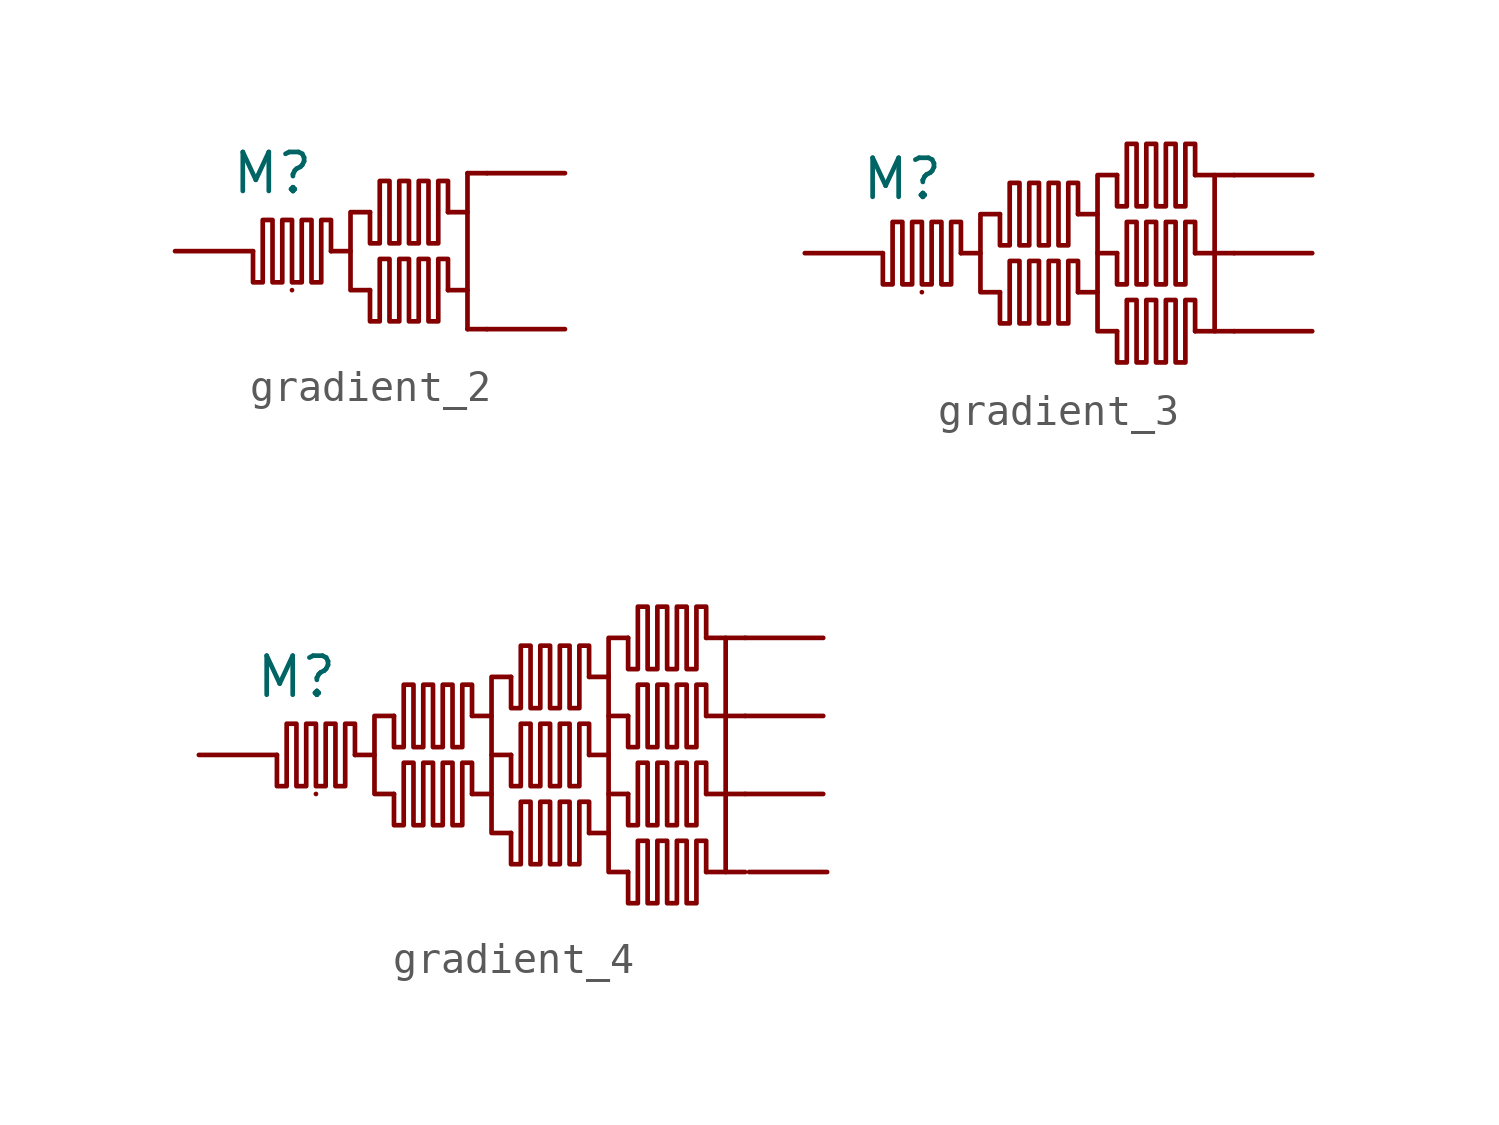
<source format=kicad_sym>
(kicad_symbol_lib
  (version 20231120)
  (generator "kicad_symbol_editor")
  (generator_version "8.0")
  (symbol "gradient_2"
    (pin_numbers hide)
    (pin_names hide)
    (property "Reference" "M"
      (at -1.905 2.54 0)
      (effects (font (size 1.27 1.27))))
    (property "Value" ""
      (at 0 0 0)
      (effects (font (size 1.27 1.27))))
    (symbol "gradient_2_0_1"
      (polyline (pts (xy -1.27 -1.27) (xy -1.27 -1.27)) (stroke (width 0) (type default)) (fill (type none)))
      (polyline (pts (xy 0.635 0) (xy 0 0)) (stroke (width 0) (type default)) (fill (type none)))
      (polyline (pts (xy 3.81 -1.27) (xy 4.445 -1.27)) (stroke (width 0) (type default)) (fill (type none)))
      (polyline (pts (xy 3.81 1.27) (xy 4.445 1.27)) (stroke (width 0) (type default)) (fill (type none)))
      (polyline (pts (xy 4.445 2.54) (xy 4.445 -2.54)) (stroke (width 0) (type default)) (fill (type none)))
      (polyline (pts (xy 5.08 -2.54) (xy 4.445 -2.54)) (stroke (width 0) (type default)) (fill (type none)))
      (polyline (pts (xy 5.08 2.54) (xy 4.445 2.54)) (stroke (width 0) (type default)) (fill (type none)))
      (polyline (pts (xy 1.27 1.27) (xy 0.635 1.27) (xy 0.635 -1.27) (xy 1.27 -1.27)) (stroke (width 0) (type default)) (fill (type none)))
      (polyline (pts (xy 0 0) (xy 0 1.016) (xy -0.318 1.016) (xy -0.318 -1.016) (xy -0.635 -1.016) (xy -0.635 1.016) (xy -0.953 1.016) (xy -0.953 -1.016) (xy -1.27 -1.016) (xy -1.27 1.016) (xy -1.587 1.016) (xy -1.587 -1.016) (xy -1.905 -1.016) (xy -1.905 1.016) (xy -2.223 1.016) (xy -2.223 -1.016) (xy -2.54 -1.016) (xy -2.54 0)) (stroke (width 0) (type default)) (fill (type none)))
      (polyline (pts (xy 3.81 -1.27) (xy 3.81 -0.254) (xy 3.493 -0.254) (xy 3.493 -2.286) (xy 3.175 -2.286) (xy 3.175 -0.254) (xy 2.857 -0.254) (xy 2.857 -2.286) (xy 2.54 -2.286) (xy 2.54 -0.254) (xy 2.223 -0.254) (xy 2.223 -2.286) (xy 1.905 -2.286) (xy 1.905 -0.254) (xy 1.587 -0.254) (xy 1.587 -2.286) (xy 1.27 -2.286) (xy 1.27 -1.27)) (stroke (width 0) (type default)) (fill (type none)))
      (polyline (pts (xy 3.81 1.27) (xy 3.81 2.286) (xy 3.493 2.286) (xy 3.493 0.254) (xy 3.175 0.254) (xy 3.175 2.286) (xy 2.857 2.286) (xy 2.857 0.254) (xy 2.54 0.254) (xy 2.54 2.286) (xy 2.223 2.286) (xy 2.223 0.254) (xy 1.905 0.254) (xy 1.905 2.286) (xy 1.587 2.286) (xy 1.587 0.254) (xy 1.27 0.254) (xy 1.27 1.27)) (stroke (width 0) (type default)) (fill (type none))))
    (symbol "gradient_2_1_1"
      (pin input line (at -5.08 0 0) (length 2.54) (name "in" (effects (font (size 1.27 1.27)))) (number "1" (effects (font (size 1.27 1.27)))))
      (pin output line (at 7.62 2.54 180) (length 2.54) (name "out_1" (effects (font (size 1.27 1.27)))) (number "2" (effects (font (size 1.27 1.27)))))
      (pin output line (at 7.62 -2.54 180) (length 2.54) (name "out_2" (effects (font (size 1.27 1.27)))) (number "3" (effects (font (size 1.27 1.27)))))))
  (symbol "gradient_3"
    (pin_numbers hide)
    (pin_names hide)
    (property "Reference" "M"
      (at -1.905 2.413 0)
      (effects (font (size 1.27 1.27))))
    (property "Value" ""
      (at 0 0 0)
      (effects (font (size 1.27 1.27))))
    (symbol "gradient_3_0_1"
      (polyline (pts (xy -1.27 -1.27) (xy -1.27 -1.27)) (stroke (width 0) (type default)) (fill (type none)))
      (polyline (pts (xy 0.635 0) (xy 0 0)) (stroke (width 0) (type default)) (fill (type none)))
      (polyline (pts (xy 3.81 -1.27) (xy 4.445 -1.27)) (stroke (width 0) (type default)) (fill (type none)))
      (polyline (pts (xy 3.81 1.27) (xy 4.445 1.27)) (stroke (width 0) (type default)) (fill (type none)))
      (polyline (pts (xy 5.08 0) (xy 4.445 0)) (stroke (width 0) (type default)) (fill (type none)))
      (polyline (pts (xy 7.62 0) (xy 8.255 0)) (stroke (width 0) (type default)) (fill (type none)))
      (polyline (pts (xy 8.255 -2.54) (xy 7.62 -2.54)) (stroke (width 0) (type default)) (fill (type none)))
      (polyline (pts (xy 8.255 2.54) (xy 7.62 2.54)) (stroke (width 0) (type default)) (fill (type none)))
      (polyline (pts (xy 8.89 0) (xy 8.255 0)) (stroke (width 0) (type default)) (fill (type none)))
      (polyline (pts (xy 1.27 1.27) (xy 0.635 1.27) (xy 0.635 -1.27) (xy 1.27 -1.27)) (stroke (width 0) (type default)) (fill (type none)))
      (polyline (pts (xy 5.08 2.54) (xy 4.445 2.54) (xy 4.445 -2.54) (xy 5.08 -2.54)) (stroke (width 0) (type default)) (fill (type none)))
      (polyline (pts (xy 8.89 2.54) (xy 8.255 2.54) (xy 8.255 -2.54) (xy 8.89 -2.54)) (stroke (width 0) (type default)) (fill (type none)))
      (polyline (pts (xy 0 0) (xy 0 1.016) (xy -0.318 1.016) (xy -0.318 -1.016) (xy -0.635 -1.016) (xy -0.635 1.016) (xy -0.953 1.016) (xy -0.953 -1.016) (xy -1.27 -1.016) (xy -1.27 1.016) (xy -1.587 1.016) (xy -1.587 -1.016) (xy -1.905 -1.016) (xy -1.905 1.016) (xy -2.223 1.016) (xy -2.223 -1.016) (xy -2.54 -1.016) (xy -2.54 0)) (stroke (width 0) (type default)) (fill (type none)))
      (polyline (pts (xy 3.81 -1.27) (xy 3.81 -0.254) (xy 3.493 -0.254) (xy 3.493 -2.286) (xy 3.175 -2.286) (xy 3.175 -0.254) (xy 2.857 -0.254) (xy 2.857 -2.286) (xy 2.54 -2.286) (xy 2.54 -0.254) (xy 2.223 -0.254) (xy 2.223 -2.286) (xy 1.905 -2.286) (xy 1.905 -0.254) (xy 1.587 -0.254) (xy 1.587 -2.286) (xy 1.27 -2.286) (xy 1.27 -1.27)) (stroke (width 0) (type default)) (fill (type none)))
      (polyline (pts (xy 3.81 1.27) (xy 3.81 2.286) (xy 3.493 2.286) (xy 3.493 0.254) (xy 3.175 0.254) (xy 3.175 2.286) (xy 2.857 2.286) (xy 2.857 0.254) (xy 2.54 0.254) (xy 2.54 2.286) (xy 2.223 2.286) (xy 2.223 0.254) (xy 1.905 0.254) (xy 1.905 2.286) (xy 1.587 2.286) (xy 1.587 0.254) (xy 1.27 0.254) (xy 1.27 1.27)) (stroke (width 0) (type default)) (fill (type none)))
      (polyline (pts (xy 7.62 -2.54) (xy 7.62 -1.524) (xy 7.303 -1.524) (xy 7.303 -3.556) (xy 6.985 -3.556) (xy 6.985 -1.524) (xy 6.668 -1.524) (xy 6.668 -3.556) (xy 6.35 -3.556) (xy 6.35 -1.524) (xy 6.032 -1.524) (xy 6.032 -3.556) (xy 5.715 -3.556) (xy 5.715 -1.524) (xy 5.397 -1.524) (xy 5.397 -3.556) (xy 5.08 -3.556) (xy 5.08 -2.54)) (stroke (width 0) (type default)) (fill (type none)))
      (polyline (pts (xy 7.62 0) (xy 7.62 1.016) (xy 7.303 1.016) (xy 7.303 -1.016) (xy 6.985 -1.016) (xy 6.985 1.016) (xy 6.668 1.016) (xy 6.668 -1.016) (xy 6.35 -1.016) (xy 6.35 1.016) (xy 6.032 1.016) (xy 6.032 -1.016) (xy 5.715 -1.016) (xy 5.715 1.016) (xy 5.397 1.016) (xy 5.397 -1.016) (xy 5.08 -1.016) (xy 5.08 0)) (stroke (width 0) (type default)) (fill (type none)))
      (polyline (pts (xy 7.62 2.54) (xy 7.62 3.556) (xy 7.303 3.556) (xy 7.303 1.524) (xy 6.985 1.524) (xy 6.985 3.556) (xy 6.668 3.556) (xy 6.668 1.524) (xy 6.35 1.524) (xy 6.35 3.556) (xy 6.032 3.556) (xy 6.032 1.524) (xy 5.715 1.524) (xy 5.715 3.556) (xy 5.397 3.556) (xy 5.397 1.524) (xy 5.08 1.524) (xy 5.08 2.54)) (stroke (width 0) (type default)) (fill (type none))))
    (symbol "gradient_3_1_1"
      (pin input line (at -5.08 0 0) (length 2.54) (name "in" (effects (font (size 1.27 1.27)))) (number "1" (effects (font (size 1.27 1.27)))))
      (pin output line (at 11.43 2.54 180) (length 2.54) (name "out_1" (effects (font (size 1.27 1.27)))) (number "2" (effects (font (size 1.27 1.27)))))
      (pin output line (at 11.43 0 180) (length 2.54) (name "out_2" (effects (font (size 1.27 1.27)))) (number "3" (effects (font (size 1.27 1.27)))))
      (pin output line (at 11.43 -2.54 180) (length 2.54) (name "out_3" (effects (font (size 1.27 1.27)))) (number "4" (effects (font (size 1.27 1.27)))))))
  (symbol "gradient_4"
    (pin_numbers hide)
    (pin_names hide)
    (property "Reference" "M"
      (at -1.905 2.54 0)
      (effects (font (size 1.27 1.27))))
    (property "Value" ""
      (at 3.175 0 0)
      (effects (font (size 1.27 1.27))))
    (symbol "gradient_4_0_1"
      (polyline (pts (xy -1.27 -1.27) (xy -1.27 -1.27)) (stroke (width 0) (type default)) (fill (type none)))
      (polyline (pts (xy 0.635 0) (xy 0 0)) (stroke (width 0) (type default)) (fill (type none)))
      (polyline (pts (xy 3.81 -1.27) (xy 4.445 -1.27)) (stroke (width 0) (type default)) (fill (type none)))
      (polyline (pts (xy 3.81 1.27) (xy 4.445 1.27)) (stroke (width 0) (type default)) (fill (type none)))
      (polyline (pts (xy 5.08 0) (xy 4.445 0)) (stroke (width 0) (type default)) (fill (type none)))
      (polyline (pts (xy 7.62 -2.54) (xy 8.255 -2.54)) (stroke (width 0) (type default)) (fill (type none)))
      (polyline (pts (xy 7.62 0) (xy 8.255 0)) (stroke (width 0) (type default)) (fill (type none)))
      (polyline (pts (xy 7.62 2.54) (xy 8.255 2.54)) (stroke (width 0) (type default)) (fill (type none)))
      (polyline (pts (xy 8.89 -1.27) (xy 8.255 -1.27)) (stroke (width 0) (type default)) (fill (type none)))
      (polyline (pts (xy 8.89 1.27) (xy 8.255 1.27)) (stroke (width 0) (type default)) (fill (type none)))
      (polyline (pts (xy 11.43 -3.81) (xy 12.065 -3.81)) (stroke (width 0) (type default)) (fill (type none)))
      (polyline (pts (xy 11.43 -1.27) (xy 12.065 -1.27)) (stroke (width 0) (type default)) (fill (type none)))
      (polyline (pts (xy 11.43 1.27) (xy 12.065 1.27)) (stroke (width 0) (type default)) (fill (type none)))
      (polyline (pts (xy 11.43 3.81) (xy 12.065 3.81)) (stroke (width 0) (type default)) (fill (type none)))
      (polyline (pts (xy 12.065 1.27) (xy 12.7 1.27)) (stroke (width 0) (type default)) (fill (type none)))
      (polyline (pts (xy 12.7 -1.27) (xy 12.065 -1.27)) (stroke (width 0) (type default)) (fill (type none)))
      (polyline (pts (xy 1.27 1.27) (xy 0.635 1.27) (xy 0.635 -1.27) (xy 1.27 -1.27)) (stroke (width 0) (type default)) (fill (type none)))
      (polyline (pts (xy 5.08 2.54) (xy 4.445 2.54) (xy 4.445 -2.54) (xy 5.08 -2.54)) (stroke (width 0) (type default)) (fill (type none)))
      (polyline (pts (xy 8.89 3.81) (xy 8.255 3.81) (xy 8.255 -3.81) (xy 8.89 -3.81)) (stroke (width 0) (type default)) (fill (type none)))
      (polyline (pts (xy 12.7 3.81) (xy 12.065 3.81) (xy 12.065 -3.81) (xy 12.7 -3.81)) (stroke (width 0) (type default)) (fill (type none)))
      (polyline (pts (xy 0 0) (xy 0 1.016) (xy -0.318 1.016) (xy -0.318 -1.016) (xy -0.635 -1.016) (xy -0.635 1.016) (xy -0.953 1.016) (xy -0.953 -1.016) (xy -1.27 -1.016) (xy -1.27 1.016) (xy -1.587 1.016) (xy -1.587 -1.016) (xy -1.905 -1.016) (xy -1.905 1.016) (xy -2.223 1.016) (xy -2.223 -1.016) (xy -2.54 -1.016) (xy -2.54 0)) (stroke (width 0) (type default)) (fill (type none)))
      (polyline (pts (xy 3.81 -1.27) (xy 3.81 -0.254) (xy 3.493 -0.254) (xy 3.493 -2.286) (xy 3.175 -2.286) (xy 3.175 -0.254) (xy 2.857 -0.254) (xy 2.857 -2.286) (xy 2.54 -2.286) (xy 2.54 -0.254) (xy 2.223 -0.254) (xy 2.223 -2.286) (xy 1.905 -2.286) (xy 1.905 -0.254) (xy 1.587 -0.254) (xy 1.587 -2.286) (xy 1.27 -2.286) (xy 1.27 -1.27)) (stroke (width 0) (type default)) (fill (type none)))
      (polyline (pts (xy 3.81 1.27) (xy 3.81 2.286) (xy 3.493 2.286) (xy 3.493 0.254) (xy 3.175 0.254) (xy 3.175 2.286) (xy 2.857 2.286) (xy 2.857 0.254) (xy 2.54 0.254) (xy 2.54 2.286) (xy 2.223 2.286) (xy 2.223 0.254) (xy 1.905 0.254) (xy 1.905 2.286) (xy 1.587 2.286) (xy 1.587 0.254) (xy 1.27 0.254) (xy 1.27 1.27)) (stroke (width 0) (type default)) (fill (type none)))
      (polyline (pts (xy 7.62 -2.54) (xy 7.62 -1.524) (xy 7.303 -1.524) (xy 7.303 -3.556) (xy 6.985 -3.556) (xy 6.985 -1.524) (xy 6.668 -1.524) (xy 6.668 -3.556) (xy 6.35 -3.556) (xy 6.35 -1.524) (xy 6.032 -1.524) (xy 6.032 -3.556) (xy 5.715 -3.556) (xy 5.715 -1.524) (xy 5.397 -1.524) (xy 5.397 -3.556) (xy 5.08 -3.556) (xy 5.08 -2.54)) (stroke (width 0) (type default)) (fill (type none)))
      (polyline (pts (xy 7.62 0) (xy 7.62 1.016) (xy 7.303 1.016) (xy 7.303 -1.016) (xy 6.985 -1.016) (xy 6.985 1.016) (xy 6.668 1.016) (xy 6.668 -1.016) (xy 6.35 -1.016) (xy 6.35 1.016) (xy 6.032 1.016) (xy 6.032 -1.016) (xy 5.715 -1.016) (xy 5.715 1.016) (xy 5.397 1.016) (xy 5.397 -1.016) (xy 5.08 -1.016) (xy 5.08 0)) (stroke (width 0) (type default)) (fill (type none)))
      (polyline (pts (xy 7.62 2.54) (xy 7.62 3.556) (xy 7.303 3.556) (xy 7.303 1.524) (xy 6.985 1.524) (xy 6.985 3.556) (xy 6.668 3.556) (xy 6.668 1.524) (xy 6.35 1.524) (xy 6.35 3.556) (xy 6.032 3.556) (xy 6.032 1.524) (xy 5.715 1.524) (xy 5.715 3.556) (xy 5.397 3.556) (xy 5.397 1.524) (xy 5.08 1.524) (xy 5.08 2.54)) (stroke (width 0) (type default)) (fill (type none)))
      (polyline (pts (xy 11.43 -3.81) (xy 11.43 -2.794) (xy 11.113 -2.794) (xy 11.113 -4.826) (xy 10.795 -4.826) (xy 10.795 -2.794) (xy 10.477 -2.794) (xy 10.477 -4.826) (xy 10.16 -4.826) (xy 10.16 -2.794) (xy 9.842 -2.794) (xy 9.842 -4.826) (xy 9.525 -4.826) (xy 9.525 -2.794) (xy 9.207 -2.794) (xy 9.207 -4.826) (xy 8.89 -4.826) (xy 8.89 -3.81)) (stroke (width 0) (type default)) (fill (type none)))
      (polyline (pts (xy 11.43 -1.27) (xy 11.43 -0.254) (xy 11.113 -0.254) (xy 11.113 -2.286) (xy 10.795 -2.286) (xy 10.795 -0.254) (xy 10.477 -0.254) (xy 10.477 -2.286) (xy 10.16 -2.286) (xy 10.16 -0.254) (xy 9.842 -0.254) (xy 9.842 -2.286) (xy 9.525 -2.286) (xy 9.525 -0.254) (xy 9.207 -0.254) (xy 9.207 -2.286) (xy 8.89 -2.286) (xy 8.89 -1.27)) (stroke (width 0) (type default)) (fill (type none)))
      (polyline (pts (xy 11.43 1.27) (xy 11.43 2.286) (xy 11.113 2.286) (xy 11.113 0.254) (xy 10.795 0.254) (xy 10.795 2.286) (xy 10.477 2.286) (xy 10.477 0.254) (xy 10.16 0.254) (xy 10.16 2.286) (xy 9.842 2.286) (xy 9.842 0.254) (xy 9.525 0.254) (xy 9.525 2.286) (xy 9.207 2.286) (xy 9.207 0.254) (xy 8.89 0.254) (xy 8.89 1.27)) (stroke (width 0) (type default)) (fill (type none)))
      (polyline (pts (xy 11.43 3.81) (xy 11.43 4.826) (xy 11.113 4.826) (xy 11.113 2.794) (xy 10.795 2.794) (xy 10.795 4.826) (xy 10.477 4.826) (xy 10.477 2.794) (xy 10.16 2.794) (xy 10.16 4.826) (xy 9.842 4.826) (xy 9.842 2.794) (xy 9.525 2.794) (xy 9.525 4.826) (xy 9.207 4.826) (xy 9.207 2.794) (xy 8.89 2.794) (xy 8.89 3.81)) (stroke (width 0) (type default)) (fill (type none))))
    (symbol "gradient_4_1_1"
      (pin input line (at -5.08 0 0) (length 2.54) (name "in" (effects (font (size 1.27 1.27)))) (number "1" (effects (font (size 1.27 1.27)))))
      (pin output line (at 15.24 3.81 180) (length 2.54) (name "out_1" (effects (font (size 1.27 1.27)))) (number "2" (effects (font (size 1.27 1.27)))))
      (pin output line (at 15.24 1.27 180) (length 2.54) (name "out_2" (effects (font (size 1.27 1.27)))) (number "3" (effects (font (size 1.27 1.27)))))
      (pin output line (at 15.24 -1.27 180) (length 2.54) (name "out_3" (effects (font (size 1.27 1.27)))) (number "4" (effects (font (size 1.27 1.27)))))
      (pin output line (at 15.367 -3.81 180) (length 2.54) (name "out_4" (effects (font (size 1.27 1.27)))) (number "5" (effects (font (size 1.27 1.27))))))))
</source>
